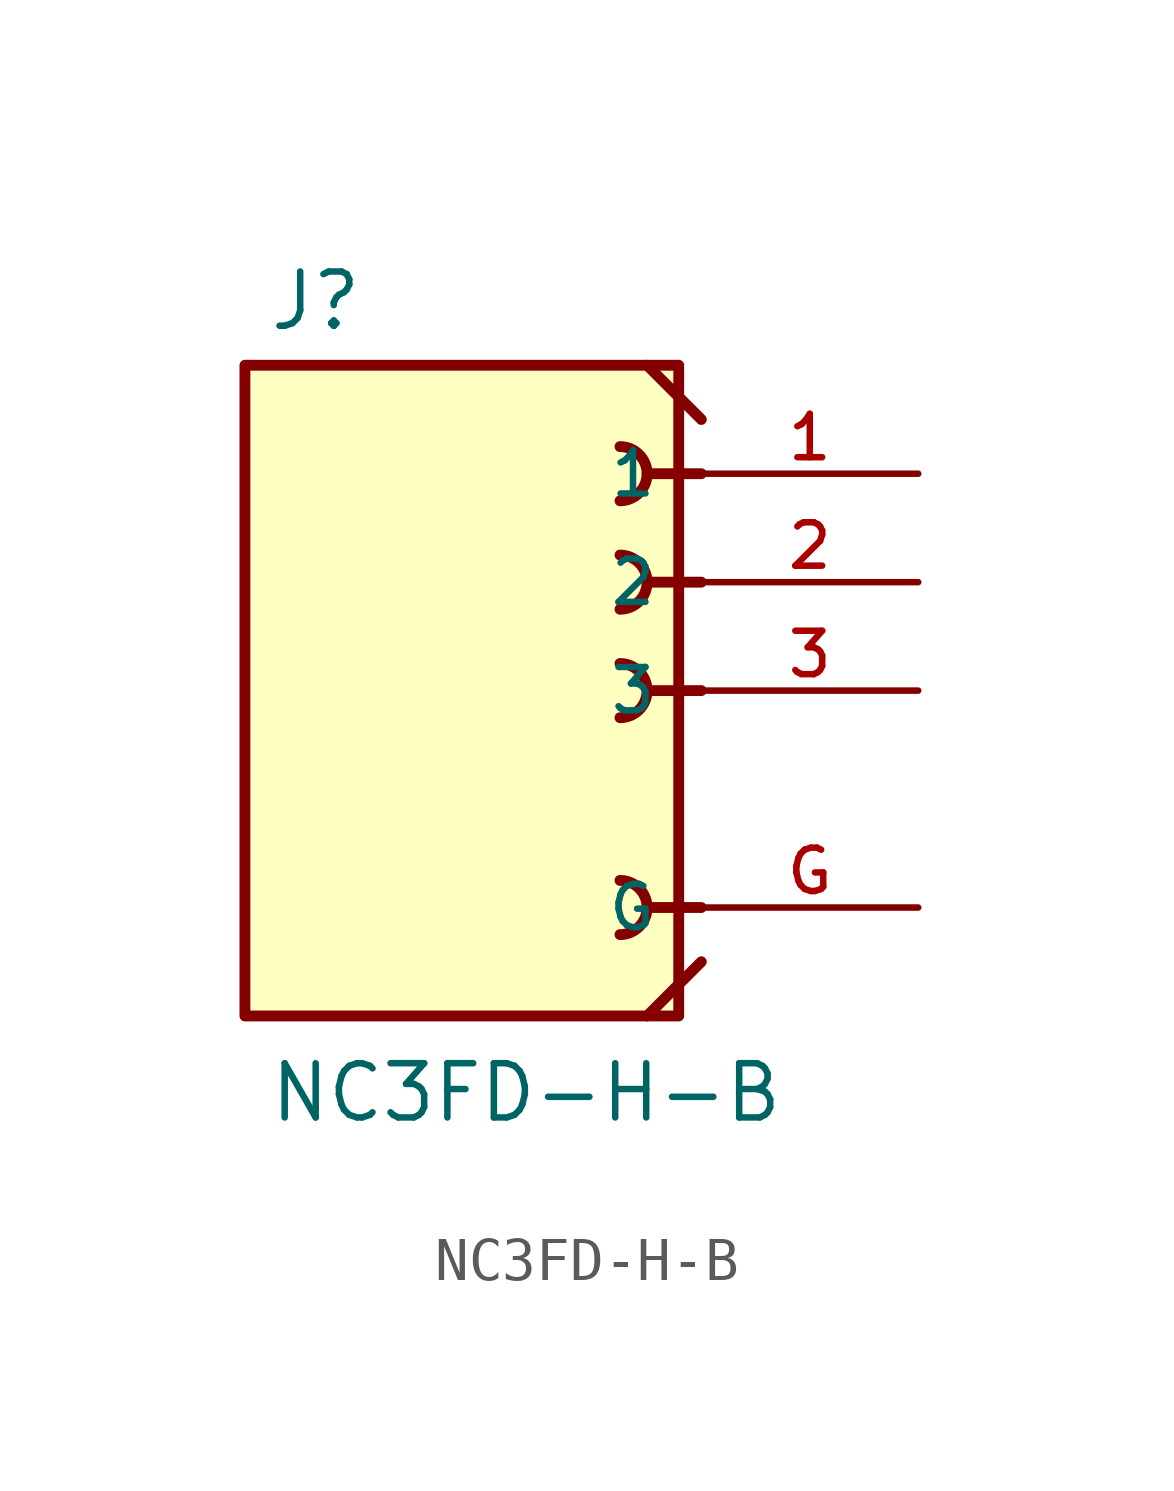
<source format=kicad_sym>
(kicad_symbol_lib
  (version 20211014)
  (generator kicad_symbol_editor)
  (symbol "NC3FD-H-B"
    (pin_names
      (offset 1.016))
    (property "Reference" "J"
      (at -10.16 8.382 0)
      (effects (font (size 1.27 1.27)) (justify bottom left)))
    (property "Value" "NC3FD-H-B"
      (at -10.16 -10.16 0)
      (effects (font (size 1.27 1.27)) (justify bottom left)))
    (symbol "NC3FD-H-B_0_0"
      (polyline (pts (xy -1.27 7.62) (xy 0.0 6.35)) (stroke (width 0.254)))
      (polyline (pts (xy 0.0 -6.35) (xy -1.27 -7.62)) (stroke (width 0.254)))
      (polyline (pts (xy 0.0 5.08) (xy -1.27 5.08)) (stroke (width 0.254)))
      (arc (start -1.905 4.445) (mid -1.27 5.08) (end -1.905 5.715) (stroke (width 0.254) (type default) (color 0 0 0 0)) (fill (type none)))
      (polyline (pts (xy 0.0 2.54) (xy -1.27 2.54)) (stroke (width 0.254)))
      (arc (start -1.905 1.905) (mid -1.27 2.54) (end -1.905 3.175) (stroke (width 0.254) (type default) (color 0 0 0 0)) (fill (type none)))
      (polyline (pts (xy 0.0 0.0) (xy -1.27 0.0)) (stroke (width 0.254)))
      (arc (start -1.905 -0.635) (mid -1.27 0.0) (end -1.905 0.635) (stroke (width 0.254) (type default) (color 0 0 0 0)) (fill (type none)))
      (polyline (pts (xy 0.0 -5.08) (xy -1.27 -5.08)) (stroke (width 0.254)))
      (arc (start -1.905 -5.715) (mid -1.27 -5.08) (end -1.905 -4.445) (stroke (width 0.254) (type default) (color 0 0 0 0)) (fill (type none)))
      (rectangle (start -10.689 -7.62) (end -0.529 7.62) (stroke (width 0.254)) (fill (type background)))
      (pin passive line (at 5.08 5.08 180.0) (length 5.08) (name "1" (effects (font (size 1.016 1.016)))) (number "1" (effects (font (size 1.016 1.016)))))
      (pin passive line (at 5.08 2.54 180.0) (length 5.08) (name "2" (effects (font (size 1.016 1.016)))) (number "2" (effects (font (size 1.016 1.016)))))
      (pin passive line (at 5.08 0.0 180.0) (length 5.08) (name "3" (effects (font (size 1.016 1.016)))) (number "3" (effects (font (size 1.016 1.016)))))
      (pin power_in line (at 5.08 -5.08 180.0) (length 5.08) (name "G" (effects (font (size 1.016 1.016)))) (number "G" (effects (font (size 1.016 1.016))))))))
</source>
